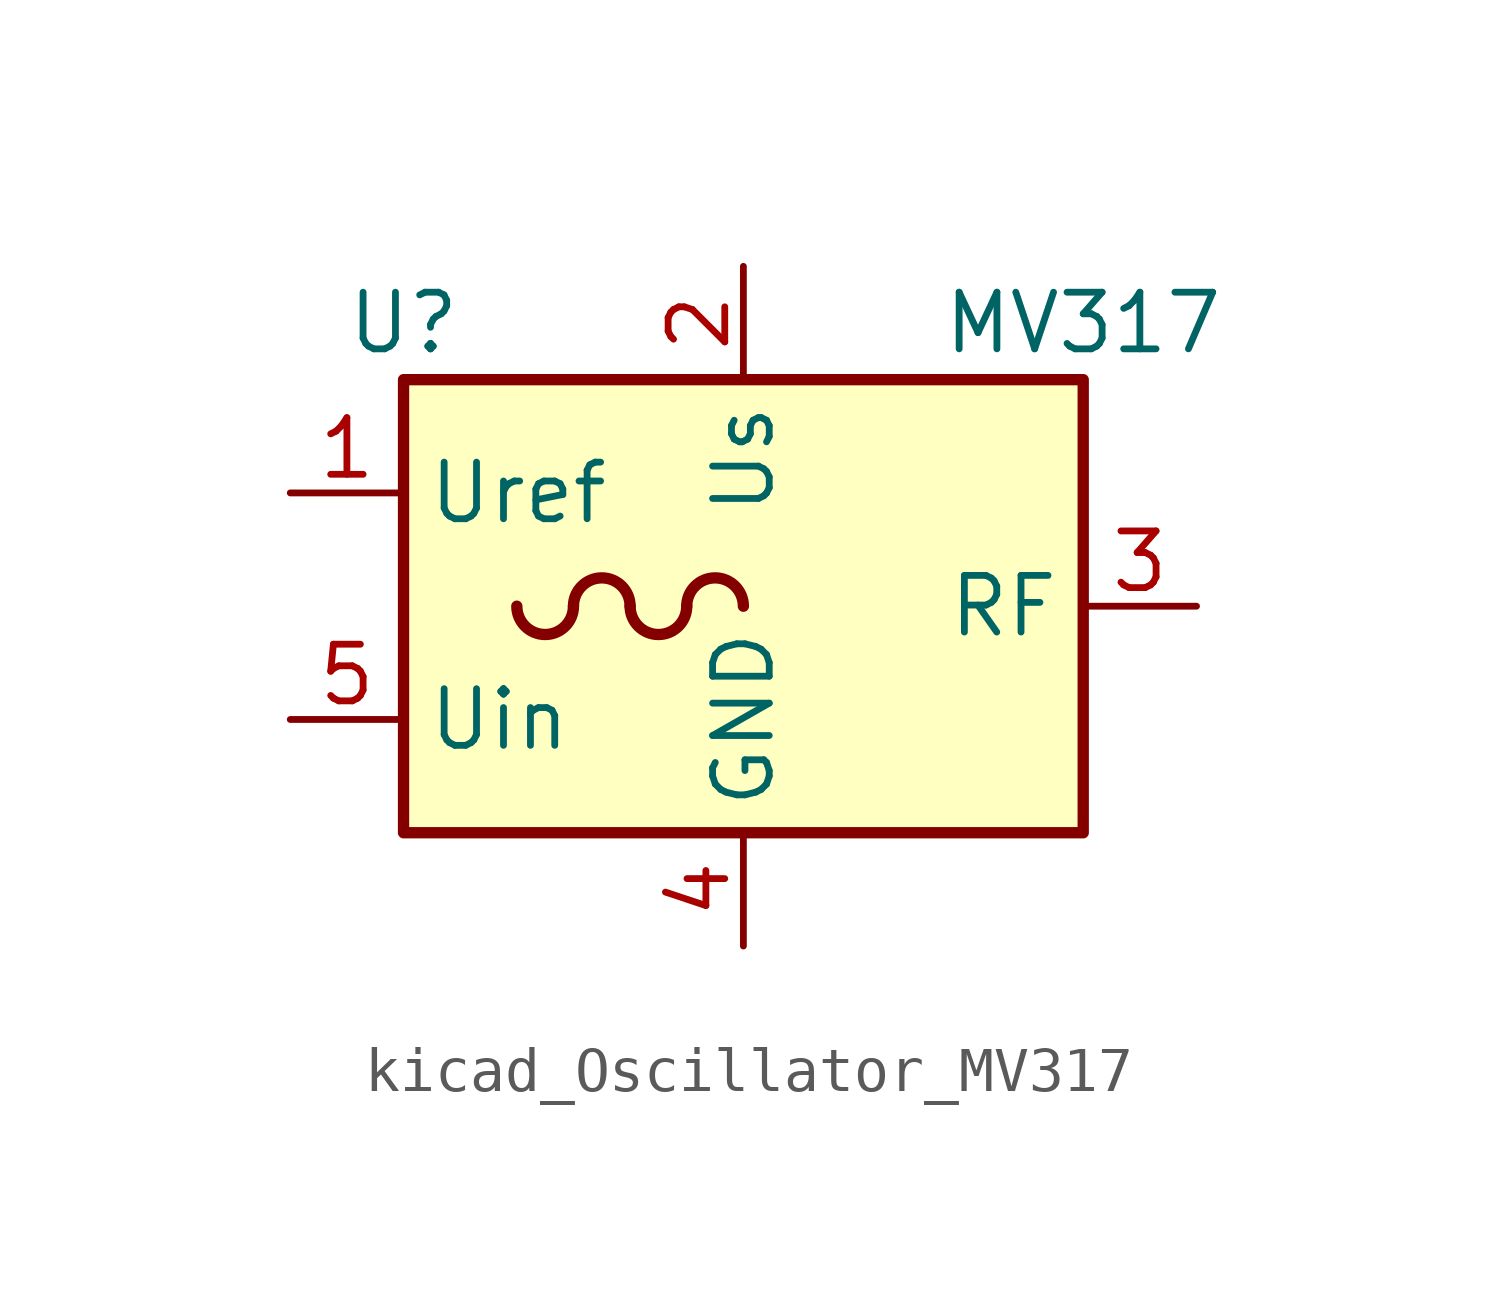
<source format=kicad_sym>
(kicad_symbol_lib
  (version 20220914)
  (generator kicad_symbol_editor)
  (symbol "kicad_Oscillator_MV317"
    (property "Reference" "U"
      (at -7.62 6.35 0)
      (effects (font (size 1.27 1.27))))
    (property "Value" "MV317"
      (at 7.62 6.35 0)
      (effects (font (size 1.27 1.27))))
    (symbol "kicad_Oscillator_MV317_0_1"
      (rectangle (start -7.62 5.08) (end 7.62 -5.08) (stroke (width 0.254) (type default)) (fill (type background)))
      (arc (start -5.08 0) (mid -4.445 -0.6323) (end -3.81 0) (stroke (width 0.254) (type default)) (fill (type none)))
      (arc (start -2.54 0) (mid -3.175 0.6323) (end -3.81 0) (stroke (width 0.254) (type default)) (fill (type none)))
      (arc (start -2.54 0) (mid -1.905 -0.6323) (end -1.27 0) (stroke (width 0.254) (type default)) (fill (type none)))
      (arc (start 0 0) (mid -0.635 0.6323) (end -1.27 0) (stroke (width 0.254) (type default)) (fill (type none))))
    (symbol "kicad_Oscillator_MV317_1_1"
      (pin output line (at -10.16 2.54 0) (length 2.54) (name "Uref" (effects (font (size 1.27 1.27)))) (number "1" (effects (font (size 1.27 1.27)))))
      (pin power_in line (at 0 7.62 270) (length 2.54) (name "Us" (effects (font (size 1.27 1.27)))) (number "2" (effects (font (size 1.27 1.27)))))
      (pin output line (at 10.16 0 180) (length 2.54) (name "RF" (effects (font (size 1.27 1.27)))) (number "3" (effects (font (size 1.27 1.27)))))
      (pin power_in line (at 0 -7.62 90) (length 2.54) (name "GND" (effects (font (size 1.27 1.27)))) (number "4" (effects (font (size 1.27 1.27)))))
      (pin input line (at -10.16 -2.54 0) (length 2.54) (name "Uin" (effects (font (size 1.27 1.27)))) (number "5" (effects (font (size 1.27 1.27))))))))
</source>
